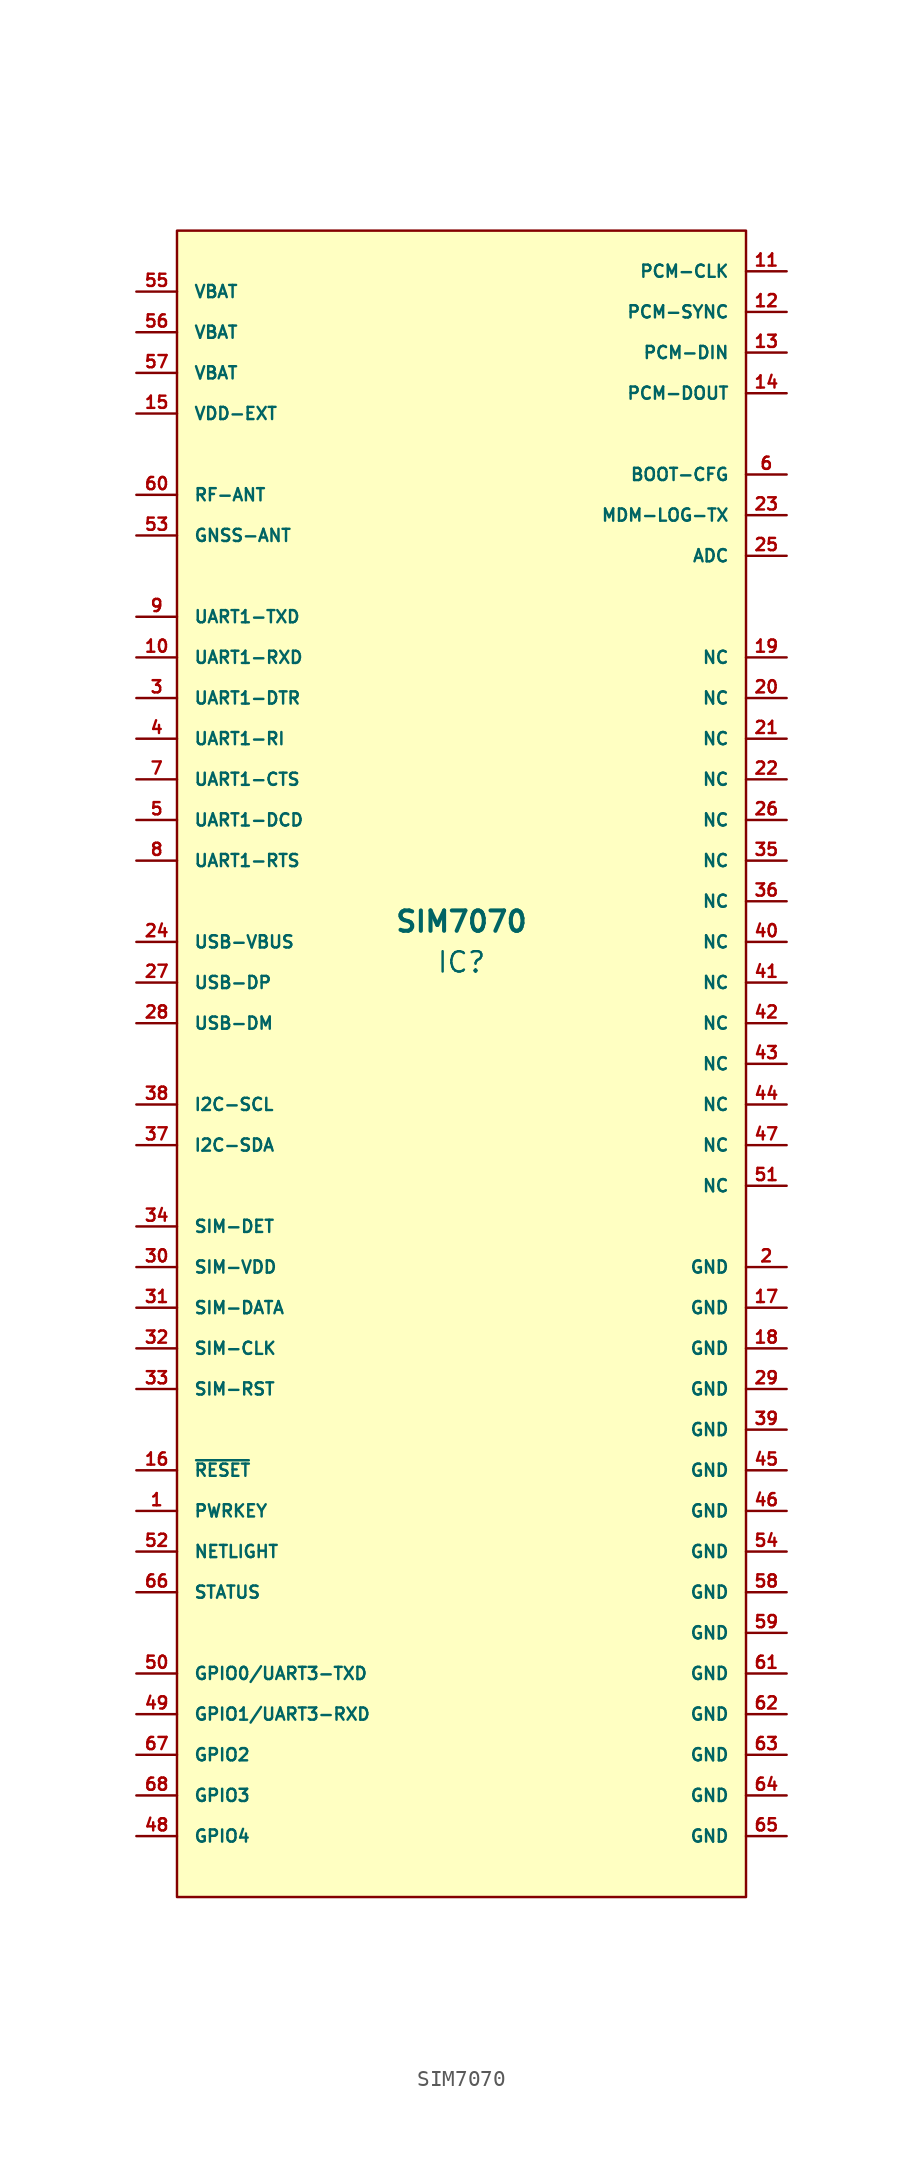
<source format=kicad_sym>
(kicad_symbol_lib
  (version 20220914)
  (generator kicad_symbol_editor)
  (symbol "SIM7070"
    (pin_names
      (offset 1.016))
    (property "Reference" "IC"
      (at 0 3.81 0)
      (effects (font (size 1.27 1.27))))
    (property "Value" "SIM7070"
      (at 0 6.35 0)
      (effects (font (size 1.27 1.27) bold)))
    (symbol "SIM7070_0_0"
      (pin input line (at -20.32 -30.48 0) (length 2.54) (name "PWRKEY" (effects (font (size 0.762 0.762)))) (number "1" (effects (font (size 0.762 0.762)))))
      (pin input line (at -20.32 22.86 0) (length 2.54) (name "UART1-RXD" (effects (font (size 0.762 0.762)))) (number "10" (effects (font (size 0.762 0.762)))))
      (pin input line (at -20.32 -27.94 0) (length 2.54) (name "~{RESET}" (effects (font (size 0.762 0.762)))) (number "16" (effects (font (size 0.762 0.762)))))
      (pin power_in line (at 20.32 -17.78 180) (length 2.54) (name "GND" (effects (font (size 0.762 0.762)))) (number "17" (effects (font (size 0.762 0.762)))))
      (pin power_in line (at 20.32 -20.32 180) (length 2.54) (name "GND" (effects (font (size 0.762 0.762)))) (number "18" (effects (font (size 0.762 0.762)))))
      (pin power_in line (at 20.32 -15.24 180) (length 2.54) (name "GND" (effects (font (size 0.762 0.762)))) (number "2" (effects (font (size 0.762 0.762)))))
      (pin passive line (at 20.32 12.7 180) (length 2.54) (name "NC" (effects (font (size 0.762 0.762)))) (number "26" (effects (font (size 0.762 0.762)))))
      (pin power_in line (at 20.32 -22.86 180) (length 2.54) (name "GND" (effects (font (size 0.762 0.762)))) (number "29" (effects (font (size 0.762 0.762)))))
      (pin input line (at -20.32 20.32 0) (length 2.54) (name "UART1-DTR" (effects (font (size 0.762 0.762)))) (number "3" (effects (font (size 0.762 0.762)))))
      (pin output line (at -20.32 -15.24 0) (length 2.54) (name "SIM-VDD" (effects (font (size 0.762 0.762)))) (number "30" (effects (font (size 0.762 0.762)))))
      (pin bidirectional line (at -20.32 -17.78 0) (length 2.54) (name "SIM-DATA" (effects (font (size 0.762 0.762)))) (number "31" (effects (font (size 0.762 0.762)))))
      (pin output line (at -20.32 -20.32 0) (length 2.54) (name "SIM-CLK" (effects (font (size 0.762 0.762)))) (number "32" (effects (font (size 0.762 0.762)))))
      (pin output line (at -20.32 -22.86 0) (length 2.54) (name "SIM-RST" (effects (font (size 0.762 0.762)))) (number "33" (effects (font (size 0.762 0.762)))))
      (pin input line (at -20.32 -12.7 0) (length 2.54) (name "SIM-DET" (effects (font (size 0.762 0.762)))) (number "34" (effects (font (size 0.762 0.762)))))
      (pin passive line (at 20.32 10.16 180) (length 2.54) (name "NC" (effects (font (size 0.762 0.762)))) (number "35" (effects (font (size 0.762 0.762)))))
      (pin passive line (at 20.32 7.62 180) (length 2.54) (name "NC" (effects (font (size 0.762 0.762)))) (number "36" (effects (font (size 0.762 0.762)))))
      (pin power_in line (at 20.32 -25.4 180) (length 2.54) (name "GND" (effects (font (size 0.762 0.762)))) (number "39" (effects (font (size 0.762 0.762)))))
      (pin output line (at -20.32 17.78 0) (length 2.54) (name "UART1-RI" (effects (font (size 0.762 0.762)))) (number "4" (effects (font (size 0.762 0.762)))))
      (pin passive line (at 20.32 5.08 180) (length 2.54) (name "NC" (effects (font (size 0.762 0.762)))) (number "40" (effects (font (size 0.762 0.762)))))
      (pin passive line (at 20.32 2.54 180) (length 2.54) (name "NC" (effects (font (size 0.762 0.762)))) (number "41" (effects (font (size 0.762 0.762)))))
      (pin passive line (at 20.32 0 180) (length 2.54) (name "NC" (effects (font (size 0.762 0.762)))) (number "42" (effects (font (size 0.762 0.762)))))
      (pin passive line (at 20.32 -2.54 180) (length 2.54) (name "NC" (effects (font (size 0.762 0.762)))) (number "43" (effects (font (size 0.762 0.762)))))
      (pin passive line (at 20.32 -5.08 180) (length 2.54) (name "NC" (effects (font (size 0.762 0.762)))) (number "44" (effects (font (size 0.762 0.762)))))
      (pin power_in line (at 20.32 -27.94 180) (length 2.54) (name "GND" (effects (font (size 0.762 0.762)))) (number "45" (effects (font (size 0.762 0.762)))))
      (pin power_in line (at 20.32 -30.48 180) (length 2.54) (name "GND" (effects (font (size 0.762 0.762)))) (number "46" (effects (font (size 0.762 0.762)))))
      (pin passive line (at 20.32 -7.62 180) (length 2.54) (name "NC" (effects (font (size 0.762 0.762)))) (number "47" (effects (font (size 0.762 0.762)))))
      (pin bidirectional line (at -20.32 -43.18 0) (length 2.54) (name "GPIO1/UART3-RXD" (effects (font (size 0.762 0.762)))) (number "49" (effects (font (size 0.762 0.762)))))
      (pin output line (at -20.32 12.7 0) (length 2.54) (name "UART1-DCD" (effects (font (size 0.762 0.762)))) (number "5" (effects (font (size 0.762 0.762)))))
      (pin bidirectional line (at -20.32 -40.64 0) (length 2.54) (name "GPIO0/UART3-TXD" (effects (font (size 0.762 0.762)))) (number "50" (effects (font (size 0.762 0.762)))))
      (pin passive line (at 20.32 -10.16 180) (length 2.54) (name "NC" (effects (font (size 0.762 0.762)))) (number "51" (effects (font (size 0.762 0.762)))))
      (pin power_in line (at 20.32 -33.02 180) (length 2.54) (name "GND" (effects (font (size 0.762 0.762)))) (number "54" (effects (font (size 0.762 0.762)))))
      (pin power_in line (at -20.32 45.72 0) (length 2.54) (name "VBAT" (effects (font (size 0.762 0.762)))) (number "55" (effects (font (size 0.762 0.762)))))
      (pin power_in line (at -20.32 43.18 0) (length 2.54) (name "VBAT" (effects (font (size 0.762 0.762)))) (number "56" (effects (font (size 0.762 0.762)))))
      (pin power_in line (at -20.32 40.64 0) (length 2.54) (name "VBAT" (effects (font (size 0.762 0.762)))) (number "57" (effects (font (size 0.762 0.762)))))
      (pin power_in line (at 20.32 -35.56 180) (length 2.54) (name "GND" (effects (font (size 0.762 0.762)))) (number "58" (effects (font (size 0.762 0.762)))))
      (pin power_in line (at 20.32 -38.1 180) (length 2.54) (name "GND" (effects (font (size 0.762 0.762)))) (number "59" (effects (font (size 0.762 0.762)))))
      (pin power_in line (at 20.32 -43.18 180) (length 2.54) (name "GND" (effects (font (size 0.762 0.762)))) (number "62" (effects (font (size 0.762 0.762)))))
      (pin power_in line (at 20.32 -45.72 180) (length 2.54) (name "GND" (effects (font (size 0.762 0.762)))) (number "63" (effects (font (size 0.762 0.762)))))
      (pin output line (at -20.32 15.24 0) (length 2.54) (name "UART1-CTS" (effects (font (size 0.762 0.762)))) (number "7" (effects (font (size 0.762 0.762)))))
      (pin input line (at -20.32 10.16 0) (length 2.54) (name "UART1-RTS" (effects (font (size 0.762 0.762)))) (number "8" (effects (font (size 0.762 0.762)))))
      (pin output line (at -20.32 25.4 0) (length 2.54) (name "UART1-TXD" (effects (font (size 0.762 0.762)))) (number "9" (effects (font (size 0.762 0.762))))))
    (symbol "SIM7070_1_0"
      (pin input line (at 20.32 46.99 180) (length 2.54) (name "PCM-CLK" (effects (font (size 0.762 0.762)))) (number "11" (effects (font (size 0.762 0.762)))))
      (pin input line (at 20.32 44.45 180) (length 2.54) (name "PCM-SYNC" (effects (font (size 0.762 0.762)))) (number "12" (effects (font (size 0.762 0.762)))))
      (pin input line (at 20.32 41.91 180) (length 2.54) (name "PCM-DIN" (effects (font (size 0.762 0.762)))) (number "13" (effects (font (size 0.762 0.762)))))
      (pin input line (at 20.32 39.37 180) (length 2.54) (name "PCM-DOUT" (effects (font (size 0.762 0.762)))) (number "14" (effects (font (size 0.762 0.762)))))
      (pin power_out line (at -20.32 38.1 0) (length 2.54) (name "VDD-EXT" (effects (font (size 0.762 0.762)))) (number "15" (effects (font (size 0.762 0.762)))))
      (pin passive line (at 20.32 22.86 180) (length 2.54) (name "NC" (effects (font (size 0.762 0.762)))) (number "19" (effects (font (size 0.762 0.762)))))
      (pin passive line (at 20.32 20.32 180) (length 2.54) (name "NC" (effects (font (size 0.762 0.762)))) (number "20" (effects (font (size 0.762 0.762)))))
      (pin passive line (at 20.32 17.78 180) (length 2.54) (name "NC" (effects (font (size 0.762 0.762)))) (number "21" (effects (font (size 0.762 0.762)))))
      (pin passive line (at 20.32 15.24 180) (length 2.54) (name "NC" (effects (font (size 0.762 0.762)))) (number "22" (effects (font (size 0.762 0.762)))))
      (pin output line (at 20.32 31.75 180) (length 2.54) (name "MDM-LOG-TX" (effects (font (size 0.762 0.762)))) (number "23" (effects (font (size 0.762 0.762)))))
      (pin input line (at -20.32 5.08 0) (length 2.54) (name "USB-VBUS" (effects (font (size 0.762 0.762)))) (number "24" (effects (font (size 0.762 0.762)))))
      (pin input line (at 20.32 29.21 180) (length 2.54) (name "ADC" (effects (font (size 0.762 0.762)))) (number "25" (effects (font (size 0.762 0.762)))))
      (pin bidirectional line (at -20.32 2.54 0) (length 2.54) (name "USB-DP" (effects (font (size 0.762 0.762)))) (number "27" (effects (font (size 0.762 0.762)))))
      (pin bidirectional line (at -20.32 0 0) (length 2.54) (name "USB-DM" (effects (font (size 0.762 0.762)))) (number "28" (effects (font (size 0.762 0.762)))))
      (pin bidirectional line (at -20.32 -7.62 0) (length 2.54) (name "I2C-SDA" (effects (font (size 0.762 0.762)))) (number "37" (effects (font (size 0.762 0.762)))))
      (pin input line (at -20.32 -5.08 0) (length 2.54) (name "I2C-SCL" (effects (font (size 0.762 0.762)))) (number "38" (effects (font (size 0.762 0.762)))))
      (pin bidirectional line (at -20.32 -50.8 0) (length 2.54) (name "GPIO4" (effects (font (size 0.762 0.762)))) (number "48" (effects (font (size 0.762 0.762)))))
      (pin output line (at -20.32 -33.02 0) (length 2.54) (name "NETLIGHT" (effects (font (size 0.762 0.762)))) (number "52" (effects (font (size 0.762 0.762)))))
      (pin bidirectional line (at -20.32 30.48 0) (length 2.54) (name "GNSS-ANT" (effects (font (size 0.762 0.762)))) (number "53" (effects (font (size 0.762 0.762)))))
      (pin input line (at 20.32 34.29 180) (length 2.54) (name "BOOT-CFG" (effects (font (size 0.762 0.762)))) (number "6" (effects (font (size 0.762 0.762)))))
      (pin bidirectional line (at -20.32 33.02 0) (length 2.54) (name "RF-ANT" (effects (font (size 0.762 0.762)))) (number "60" (effects (font (size 0.762 0.762)))))
      (pin power_in line (at 20.32 -40.64 180) (length 2.54) (name "GND" (effects (font (size 0.762 0.762)))) (number "61" (effects (font (size 0.762 0.762)))))
      (pin power_in line (at 20.32 -48.26 180) (length 2.54) (name "GND" (effects (font (size 0.762 0.762)))) (number "64" (effects (font (size 0.762 0.762)))))
      (pin power_in line (at 20.32 -50.8 180) (length 2.54) (name "GND" (effects (font (size 0.762 0.762)))) (number "65" (effects (font (size 0.762 0.762)))))
      (pin output line (at -20.32 -35.56 0) (length 2.54) (name "STATUS" (effects (font (size 0.762 0.762)))) (number "66" (effects (font (size 0.762 0.762)))))
      (pin bidirectional line (at -20.32 -45.72 0) (length 2.54) (name "GPIO2" (effects (font (size 0.762 0.762)))) (number "67" (effects (font (size 0.762 0.762)))))
      (pin bidirectional line (at -20.32 -48.26 0) (length 2.54) (name "GPIO3" (effects (font (size 0.762 0.762)))) (number "68" (effects (font (size 0.762 0.762))))))
    (symbol "SIM7070_1_1"
      (rectangle (start -17.78 -54.61) (end 17.78 49.53) (stroke (width 0) (type solid)) (fill (type background))))))
</source>
